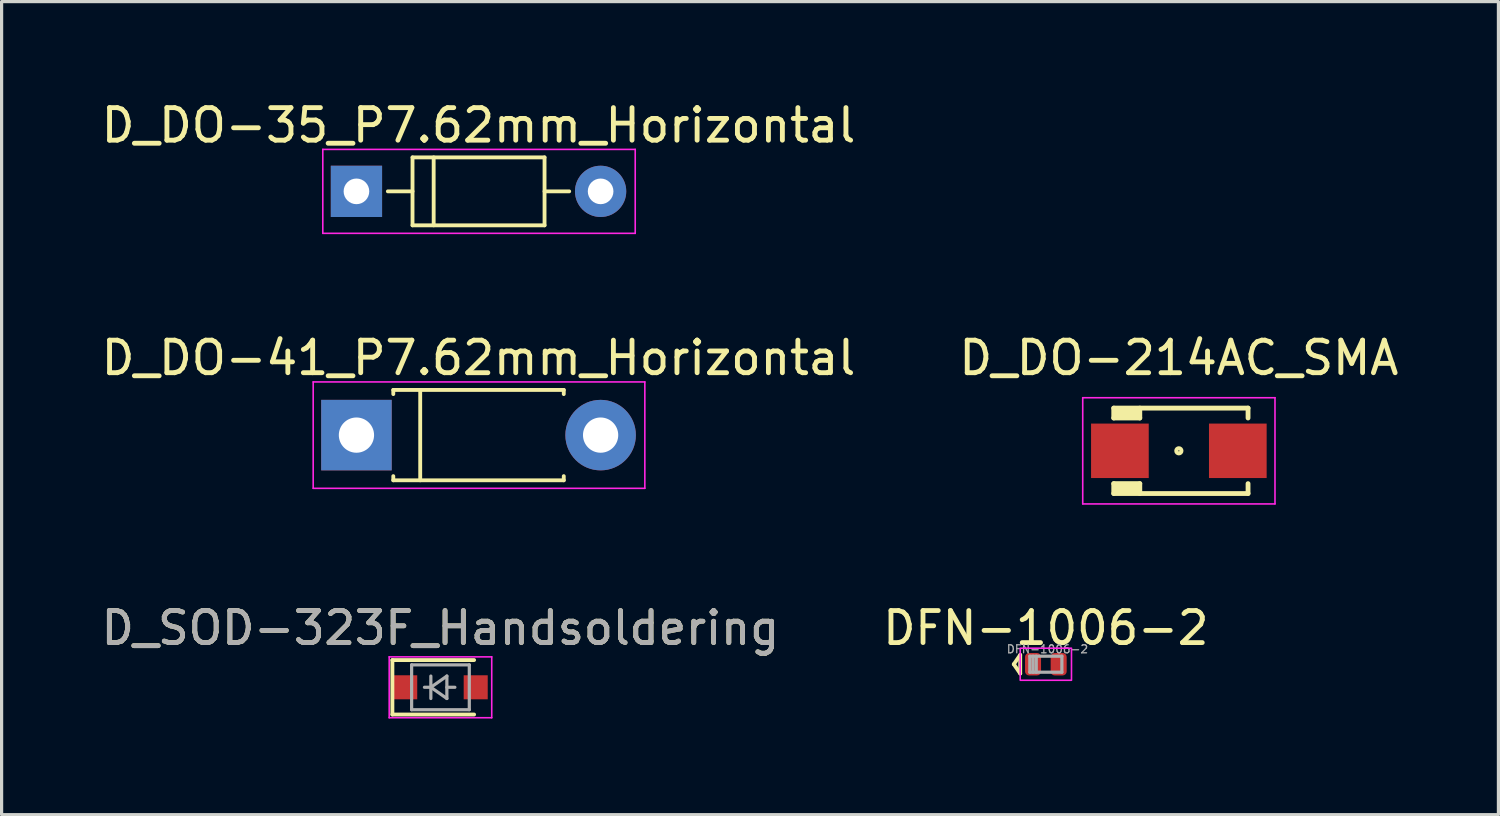
<source format=kicad_pcb>
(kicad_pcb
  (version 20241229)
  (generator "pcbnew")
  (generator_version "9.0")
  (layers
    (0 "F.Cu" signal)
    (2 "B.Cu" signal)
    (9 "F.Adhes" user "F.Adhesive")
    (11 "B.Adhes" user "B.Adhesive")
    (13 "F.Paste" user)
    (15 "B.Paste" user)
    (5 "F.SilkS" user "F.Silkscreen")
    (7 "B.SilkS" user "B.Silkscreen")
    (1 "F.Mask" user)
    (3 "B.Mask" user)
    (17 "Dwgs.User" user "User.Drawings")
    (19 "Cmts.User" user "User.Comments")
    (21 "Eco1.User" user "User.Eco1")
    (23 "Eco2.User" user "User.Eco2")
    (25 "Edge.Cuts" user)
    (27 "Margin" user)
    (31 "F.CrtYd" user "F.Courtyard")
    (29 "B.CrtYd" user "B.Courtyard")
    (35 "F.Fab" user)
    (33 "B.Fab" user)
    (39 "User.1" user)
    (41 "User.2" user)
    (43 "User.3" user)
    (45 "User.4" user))
  (footprint "D_DO-41_P7.62mm_Horizontal"
    (layer "F.Cu")
    (at 11.884 10.529)
    (property "Reference" "D_DO-41_P7.62mm_Horizontal" (at 0 -2.41 0) (layer "F.SilkS") (effects (font (size 1.016 1.016) (thickness 0.152))))
    (attr through_hole)
    (fp_line (start -2.66 -1.41) (end 2.66 -1.41) (stroke (width 0.12) (type solid)) (layer "F.SilkS"))
    (fp_line (start -2.66 -1.28) (end -2.66 -1.41) (stroke (width 0.12) (type solid)) (layer "F.SilkS"))
    (fp_line (start -2.66 1.28) (end -2.66 1.41) (stroke (width 0.12) (type solid)) (layer "F.SilkS"))
    (fp_line (start -2.66 1.41) (end 2.66 1.41) (stroke (width 0.12) (type solid)) (layer "F.SilkS"))
    (fp_line (start -1.82 -1.41) (end -1.82 1.41) (stroke (width 0.12) (type solid)) (layer "F.SilkS"))
    (fp_line (start 2.66 -1.41) (end 2.66 -1.28) (stroke (width 0.12) (type solid)) (layer "F.SilkS"))
    (fp_line (start 2.66 1.41) (end 2.66 1.28) (stroke (width 0.12) (type solid)) (layer "F.SilkS"))
    (fp_line (start -5.16 -1.66) (end -5.16 1.66) (stroke (width 0.05) (type solid)) (layer "F.CrtYd"))
    (fp_line (start -5.16 1.66) (end 5.19 1.66) (stroke (width 0.05) (type solid)) (layer "F.CrtYd"))
    (fp_line (start 5.19 -1.66) (end -5.16 -1.66) (stroke (width 0.05) (type solid)) (layer "F.CrtYd"))
    (fp_line (start 5.19 1.66) (end 5.19 -1.66) (stroke (width 0.05) (type solid)) (layer "F.CrtYd"))
    (pad "1" thru_hole rect (at -3.81 0) (size 2.2 2.2) (drill 1.1) (layers "*.Cu" "*.Mask"))
    (pad "2" thru_hole oval (at 3.81 0) (size 2.2 2.2) (drill 1.1) (layers "*.Cu" "*.Mask")))
  (footprint "D_DO-35_P7.62mm_Horizontal"
    (layer "F.Cu")
    (at 11.884 2.922)
    (property "Reference" "D_DO-35_P7.62mm_Horizontal" (at 0 -2.06 0) (layer "F.SilkS") (effects (font (size 1.016 1.016) (thickness 0.152))))
    (attr through_hole)
    (fp_line (start -2.83 0) (end -2.06 0) (stroke (width 0.12) (type solid)) (layer "F.SilkS"))
    (fp_line (start -2.06 -1.06) (end -2.06 1.06) (stroke (width 0.12) (type solid)) (layer "F.SilkS"))
    (fp_line (start -2.06 1.06) (end 2.06 1.06) (stroke (width 0.12) (type solid)) (layer "F.SilkS"))
    (fp_line (start -1.4 -1.06) (end -1.4 1.06) (stroke (width 0.12) (type solid)) (layer "F.SilkS"))
    (fp_line (start 2.06 -1.06) (end -2.06 -1.06) (stroke (width 0.12) (type solid)) (layer "F.SilkS"))
    (fp_line (start 2.06 1.06) (end 2.06 -1.06) (stroke (width 0.12) (type solid)) (layer "F.SilkS"))
    (fp_line (start 2.83 0) (end 2.06 0) (stroke (width 0.12) (type solid)) (layer "F.SilkS"))
    (fp_line (start -4.86 -1.31) (end -4.86 1.31) (stroke (width 0.05) (type solid)) (layer "F.CrtYd"))
    (fp_line (start -4.86 1.31) (end 4.89 1.31) (stroke (width 0.05) (type solid)) (layer "F.CrtYd"))
    (fp_line (start 4.89 -1.31) (end -4.86 -1.31) (stroke (width 0.05) (type solid)) (layer "F.CrtYd"))
    (fp_line (start 4.89 1.31) (end 4.89 -1.31) (stroke (width 0.05) (type solid)) (layer "F.CrtYd"))
    (pad "1" thru_hole rect (at -3.81 0) (size 1.6 1.6) (drill 0.8) (layers "*.Cu" "*.Mask"))
    (pad "2" thru_hole oval (at 3.81 0) (size 1.6 1.6) (drill 0.8) (layers "*.Cu" "*.Mask")))
  (footprint "D_DO-214AC_SMA"
    (layer "F.Cu")
    (at 33.74 11.019)
    (property "Reference" "D_DO-214AC_SMA" (at 0 -2.9 0) (layer "F.SilkS") (effects (font (size 1.016 1.016) (thickness 0.152))))
    (attr smd)
    (fp_line (start -2.032 -1.333) (end -2.032 -1.024) (stroke (width 0.15) (type solid)) (layer "F.SilkS"))
    (fp_line (start -2.032 -1.333) (end 2.159 -1.333) (stroke (width 0.15) (type solid)) (layer "F.SilkS"))
    (fp_line (start -2.032 1.333) (end -2.032 1.024) (stroke (width 0.15) (type solid)) (layer "F.SilkS"))
    (fp_line (start -2.032 1.333) (end 2.159 1.333) (stroke (width 0.15) (type solid)) (layer "F.SilkS"))
    (fp_line (start -1.916 -1.18) (end -1.33 -1.18) (stroke (width 0.3) (type solid)) (layer "F.SilkS"))
    (fp_line (start -1.89 1.17) (end -1.34 1.17) (stroke (width 0.3) (type solid)) (layer "F.SilkS"))
    (fp_line (start -1.219 -1.333) (end -1.219 -1.024) (stroke (width 0.15) (type solid)) (layer "F.SilkS"))
    (fp_line (start -1.219 -1.024) (end -2.032 -1.024) (stroke (width 0.15) (type solid)) (layer "F.SilkS"))
    (fp_line (start -1.219 1.024) (end -2.032 1.024) (stroke (width 0.15) (type solid)) (layer "F.SilkS"))
    (fp_line (start -1.219 1.333) (end -1.219 1.024) (stroke (width 0.15) (type solid)) (layer "F.SilkS"))
    (fp_line (start 2.159 -1.333) (end 2.159 -1.024) (stroke (width 0.15) (type solid)) (layer "F.SilkS"))
    (fp_line (start 2.159 1.333) (end 2.159 1.024) (stroke (width 0.15) (type solid)) (layer "F.SilkS"))
    (fp_circle (center 0 0) (end 0.076 -0.025) (stroke (width 0.127) (type solid)) (fill no) (layer "F.SilkS"))
    (fp_line (start -3 -1.657) (end 3 -1.657) (stroke (width 0.05) (type solid)) (layer "F.CrtYd"))
    (fp_line (start -3 1.657) (end -3 -1.657) (stroke (width 0.05) (type solid)) (layer "F.CrtYd"))
    (fp_line (start 3 -1.657) (end 3 1.657) (stroke (width 0.05) (type solid)) (layer "F.CrtYd"))
    (fp_line (start 3 1.657) (end -3 1.657) (stroke (width 0.05) (type solid)) (layer "F.CrtYd"))
    (pad "1" smd rect (at -1.84 0) (size 1.8 1.7) (layers "F.Cu" "F.Mask" "F.Paste"))
    (pad "2" smd rect (at 1.84 0) (size 1.8 1.7) (layers "F.Cu" "F.Mask" "F.Paste")))
  (footprint "D_SOD-323F_Handsoldering"
    (layer "F.Cu")
    (at 10.696 18.399)
    (property "Reference" "D_SOD-323F_Handsoldering" (at 0 -1.85 0) (layer "F.SilkS") (effects (font (size 1 1) (thickness 0.15))))
    (attr smd)
    (fp_line (start -1.5 -0.85) (end -1.5 0.85) (stroke (width 0.12) (type solid)) (layer "F.SilkS"))
    (fp_line (start -1.5 -0.85) (end 1.05 -0.85) (stroke (width 0.12) (type solid)) (layer "F.SilkS"))
    (fp_line (start -1.5 0.85) (end 1.05 0.85) (stroke (width 0.12) (type solid)) (layer "F.SilkS"))
    (fp_line (start -1.6 -0.95) (end -1.6 0.95) (stroke (width 0.05) (type solid)) (layer "F.CrtYd"))
    (fp_line (start -1.6 -0.95) (end 1.6 -0.95) (stroke (width 0.05) (type solid)) (layer "F.CrtYd"))
    (fp_line (start -1.6 0.95) (end 1.6 0.95) (stroke (width 0.05) (type solid)) (layer "F.CrtYd"))
    (fp_line (start 1.6 -0.95) (end 1.6 0.95) (stroke (width 0.05) (type solid)) (layer "F.CrtYd"))
    (fp_line (start -0.9 -0.7) (end 0.9 -0.7) (stroke (width 0.1) (type solid)) (layer "F.Fab"))
    (fp_line (start -0.9 0.7) (end -0.9 -0.7) (stroke (width 0.1) (type solid)) (layer "F.Fab"))
    (fp_line (start -0.3 -0.35) (end -0.3 0.35) (stroke (width 0.1) (type solid)) (layer "F.Fab"))
    (fp_line (start -0.3 0) (end -0.5 0) (stroke (width 0.1) (type solid)) (layer "F.Fab"))
    (fp_line (start -0.3 0) (end 0.2 -0.35) (stroke (width 0.1) (type solid)) (layer "F.Fab"))
    (fp_line (start 0.2 -0.35) (end 0.2 0.35) (stroke (width 0.1) (type solid)) (layer "F.Fab"))
    (fp_line (start 0.2 0) (end 0.45 0) (stroke (width 0.1) (type solid)) (layer "F.Fab"))
    (fp_line (start 0.2 0.35) (end -0.3 0) (stroke (width 0.1) (type solid)) (layer "F.Fab"))
    (fp_line (start 0.9 -0.7) (end 0.9 0.7) (stroke (width 0.1) (type solid)) (layer "F.Fab"))
    (fp_line (start 0.9 0.7) (end -0.9 0.7) (stroke (width 0.1) (type solid)) (layer "F.Fab"))
    (fp_text user "${REFERENCE}" (at 0 -1.85 0) (layer "F.Fab") (effects (font (size 1 1) (thickness 0.15))))
    (pad "1" smd rect (at -1.1 0) (size 0.75 0.75) (layers "F.Cu" "F.Mask" "F.Paste"))
    (pad "2" smd rect (at 1.1 0) (size 0.75 0.75) (layers "F.Cu" "F.Mask" "F.Paste")))
  (footprint "DFN-1006-2"
    (layer "F.Cu")
    (at 29.589 17.679)
    (property "Reference" "DFN-1006-2" (at 0 -1.13 0) (layer "F.SilkS") (effects (font (size 1 1) (thickness 0.15))))
    (attr smd)
    (fp_line (start -1 0) (end -0.8 -0.29) (stroke (width 0.12) (type solid)) (layer "F.SilkS"))
    (fp_line (start -0.8 -0.29) (end -0.8 0.29) (stroke (width 0.12) (type solid)) (layer "F.SilkS"))
    (fp_line (start -0.8 0.29) (end -1 0) (stroke (width 0.12) (type solid)) (layer "F.SilkS"))
    (fp_poly (pts (xy 0.8 -0.5) (xy -0.8 -0.5) (xy -0.8 0.5) (xy 0.8 0.5)) (stroke (width 0.05) (type solid)) (fill no) (layer "F.CrtYd"))
    (fp_line (start -0.5 -0.25) (end 0.5 -0.25) (stroke (width 0.1) (type solid)) (layer "F.Fab"))
    (fp_line (start -0.5 0.25) (end -0.5 -0.25) (stroke (width 0.1) (type solid)) (layer "F.Fab"))
    (fp_line (start -0.4 0.25) (end -0.4 -0.25) (stroke (width 0.1) (type solid)) (layer "F.Fab"))
    (fp_line (start -0.3 0.25) (end -0.3 -0.25) (stroke (width 0.1) (type solid)) (layer "F.Fab"))
    (fp_line (start 0.5 -0.25) (end 0.5 0.25) (stroke (width 0.1) (type solid)) (layer "F.Fab"))
    (fp_line (start 0.5 0.25) (end -0.5 0.25) (stroke (width 0.1) (type solid)) (layer "F.Fab"))
    (fp_text user "${REFERENCE}" (at 0.05 -0.47 0) (layer "F.Fab") (effects (font (size 0.25 0.25) (thickness 0.04))))
    (pad "1" smd roundrect (at -0.4 0) (size 0.5 0.7) (layers "F.Cu" "F.Mask" "F.Paste") (roundrect_rratio 0.25))
    (pad "2" smd roundrect (at 0.4 0) (size 0.5 0.7) (layers "F.Cu" "F.Mask" "F.Paste") (roundrect_rratio 0.25)))
  (gr_rect
    (start -3 -3)
    (end 43.713 22.374)
    (stroke (width 0.1) (type default))
    (fill no)
    (layer "Edge.Cuts")))
</source>
